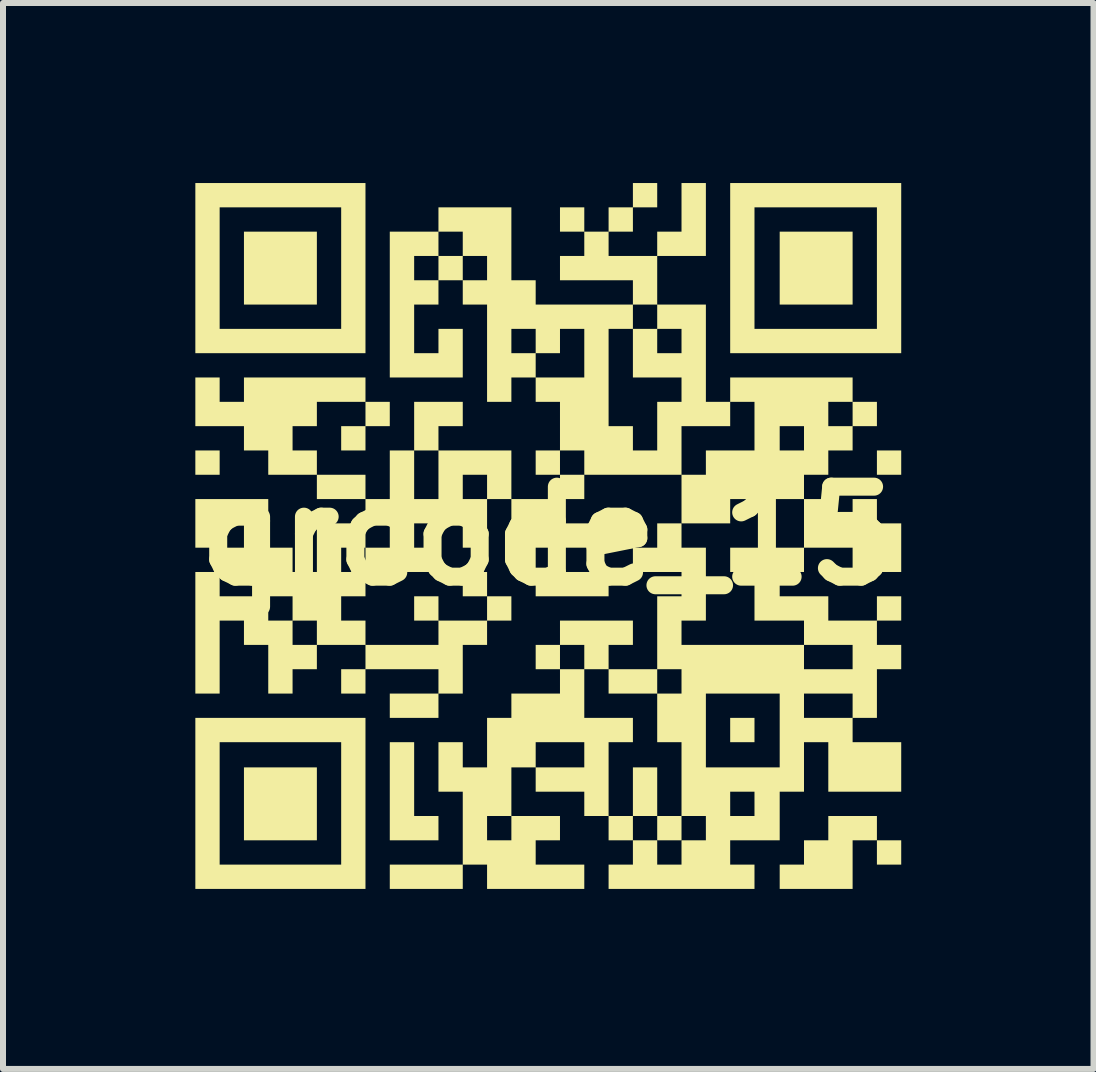
<source format=kicad_pcb>
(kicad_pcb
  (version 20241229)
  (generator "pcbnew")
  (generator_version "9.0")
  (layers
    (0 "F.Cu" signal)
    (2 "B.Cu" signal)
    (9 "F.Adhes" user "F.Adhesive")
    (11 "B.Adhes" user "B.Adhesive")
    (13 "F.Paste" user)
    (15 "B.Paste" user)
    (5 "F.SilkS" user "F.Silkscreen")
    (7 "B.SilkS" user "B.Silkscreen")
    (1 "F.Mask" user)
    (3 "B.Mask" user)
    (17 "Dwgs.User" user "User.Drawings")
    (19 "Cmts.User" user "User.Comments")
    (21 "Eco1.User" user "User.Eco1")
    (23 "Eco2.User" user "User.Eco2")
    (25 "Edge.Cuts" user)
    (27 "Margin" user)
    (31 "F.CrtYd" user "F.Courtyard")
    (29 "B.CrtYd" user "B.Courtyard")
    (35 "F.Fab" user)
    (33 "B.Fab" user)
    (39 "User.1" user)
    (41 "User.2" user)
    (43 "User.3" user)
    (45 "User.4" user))
  (footprint "qrcode_15"
    (layer "F.Cu")
    (at 6.086 5.881)
    (property "Reference" "qrcode_15" (at 0 0 0) (layer "F.SilkS") (effects (font (size 1.5 1.5) (thickness 0.3))))
    (attr board_only exclude_from_pos_files exclude_from_bom)
    (fp_poly (pts (xy -5.476 -1.223) (xy -5.476 -1.02) (xy -5.679 -1.02) (xy -5.881 -1.02) (xy -5.881 -1.223) (xy -5.881 -1.425) (xy -5.679 -1.425) (xy -5.476 -1.425)) (stroke (width 0) (type solid)) (fill yes) (layer "F.SilkS"))
    (fp_poly (pts (xy -3.856 -4.463) (xy -3.856 -3.856) (xy -4.463 -3.856) (xy -5.071 -3.856) (xy -5.071 -4.463) (xy -5.071 -5.071) (xy -4.463 -5.071) (xy -3.856 -5.071)) (stroke (width 0) (type solid)) (fill yes) (layer "F.SilkS"))
    (fp_poly (pts (xy -3.856 4.463) (xy -3.856 5.071) (xy -4.463 5.071) (xy -5.071 5.071) (xy -5.071 4.463) (xy -5.071 3.856) (xy -4.463 3.856) (xy -3.856 3.856)) (stroke (width 0) (type solid)) (fill yes) (layer "F.SilkS"))
    (fp_poly (pts (xy -1.02 0.803) (xy -1.02 1.005) (xy -1.223 1.005) (xy -1.425 1.005) (xy -1.425 0.803) (xy -1.425 0.6) (xy -1.223 0.6) (xy -1.02 0.6)) (stroke (width 0) (type solid)) (fill yes) (layer "F.SilkS"))
    (fp_poly (pts (xy 1.005 0.803) (xy 1.005 1.005) (xy 0.398 1.005) (xy -0.21 1.005) (xy -0.21 0.803) (xy -0.21 0.6) (xy 0.398 0.6) (xy 1.005 0.6)) (stroke (width 0) (type solid)) (fill yes) (layer "F.SilkS"))
    (fp_poly (pts (xy 1.41 4.868) (xy 1.41 5.071) (xy 1.208 5.071) (xy 1.005 5.071) (xy 1.005 4.868) (xy 1.005 4.666) (xy 1.208 4.666) (xy 1.41 4.666)) (stroke (width 0) (type solid)) (fill yes) (layer "F.SilkS"))
    (fp_poly (pts (xy 1.815 4.261) (xy 1.815 4.666) (xy 1.613 4.666) (xy 1.41 4.666) (xy 1.41 4.261) (xy 1.41 3.856) (xy 1.613 3.856) (xy 1.815 3.856)) (stroke (width 0) (type solid)) (fill yes) (layer "F.SilkS"))
    (fp_poly (pts (xy 2.22 4.868) (xy 2.22 5.071) (xy 2.018 5.071) (xy 1.815 5.071) (xy 1.815 4.868) (xy 1.815 4.666) (xy 2.018 4.666) (xy 2.22 4.666)) (stroke (width 0) (type solid)) (fill yes) (layer "F.SilkS"))
    (fp_poly (pts (xy 3.436 3.233) (xy 3.436 3.436) (xy 3.233 3.436) (xy 3.031 3.436) (xy 3.031 3.233) (xy 3.031 3.031) (xy 3.233 3.031) (xy 3.436 3.031)) (stroke (width 0) (type solid)) (fill yes) (layer "F.SilkS"))
    (fp_poly (pts (xy 5.071 -4.463) (xy 5.071 -3.856) (xy 4.463 -3.856) (xy 3.856 -3.856) (xy 3.856 -4.463) (xy 3.856 -5.071) (xy 4.463 -5.071) (xy 5.071 -5.071)) (stroke (width 0) (type solid)) (fill yes) (layer "F.SilkS"))
    (fp_poly (pts (xy 5.881 -1.223) (xy 5.881 -1.02) (xy 5.679 -1.02) (xy 5.476 -1.02) (xy 5.476 -1.223) (xy 5.476 -1.425) (xy 5.679 -1.425) (xy 5.881 -1.425)) (stroke (width 0) (type solid)) (fill yes) (layer "F.SilkS"))
    (fp_poly (pts (xy 5.881 5.274) (xy 5.881 5.476) (xy 5.679 5.476) (xy 5.476 5.476) (xy 5.476 5.274) (xy 5.476 5.071) (xy 5.679 5.071) (xy 5.881 5.071)) (stroke (width 0) (type solid)) (fill yes) (layer "F.SilkS"))
    (fp_poly (pts (xy -2.235 4.051) (xy -2.235 4.666) (xy -2.033 4.666) (xy -1.83 4.666) (xy -1.83 4.868) (xy -1.83 5.071) (xy -2.235 5.071) (xy -2.641 5.071) (xy -2.641 4.253) (xy -2.641 3.436) (xy -2.438 3.436) (xy -2.235 3.436)) (stroke (width 0) (type solid)) (fill yes) (layer "F.SilkS"))
    (fp_poly (pts (xy -2.641 -2.033) (xy -2.641 -1.83) (xy -2.843 -1.83) (xy -3.046 -1.83) (xy -3.046 -1.628) (xy -3.046 -1.425) (xy -3.248 -1.425) (xy -3.451 -1.425) (xy -3.451 -1.628) (xy -3.451 -1.83) (xy -3.248 -1.83) (xy -3.046 -1.83) (xy -3.046 -2.033) (xy -3.046 -2.235) (xy -2.843 -2.235) (xy -2.641 -2.235)) (stroke (width 0) (type solid)) (fill yes) (layer "F.SilkS"))
    (fp_poly (pts (xy -3.046 -4.463) (xy -3.046 -3.046) (xy -4.463 -3.046) (xy -5.881 -3.046) (xy -5.881 -4.463) (xy -5.476 -4.463) (xy -5.476 -3.451) (xy -4.463 -3.451) (xy -3.451 -3.451) (xy -3.451 -4.463) (xy -3.451 -5.476) (xy -4.463 -5.476) (xy -5.476 -5.476) (xy -5.476 -4.463) (xy -5.881 -4.463) (xy -5.881 -5.881) (xy -4.463 -5.881) (xy -3.046 -5.881)) (stroke (width 0) (type solid)) (fill yes) (layer "F.SilkS"))
    (fp_poly (pts (xy -3.046 4.456) (xy -3.046 5.881) (xy -4.463 5.881) (xy -5.881 5.881) (xy -5.881 4.456) (xy -5.476 4.456) (xy -5.476 5.476) (xy -4.463 5.476) (xy -3.451 5.476) (xy -3.451 4.456) (xy -3.451 3.436) (xy -4.463 3.436) (xy -5.476 3.436) (xy -5.476 4.456) (xy -5.881 4.456) (xy -5.881 3.031) (xy -4.463 3.031) (xy -3.046 3.031)) (stroke (width 0) (type solid)) (fill yes) (layer "F.SilkS"))
    (fp_poly (pts (xy 5.881 -4.463) (xy 5.881 -3.046) (xy 4.456 -3.046) (xy 3.031 -3.046) (xy 3.031 -4.463) (xy 3.436 -4.463) (xy 3.436 -3.451) (xy 4.456 -3.451) (xy 5.476 -3.451) (xy 5.476 -4.463) (xy 5.476 -5.476) (xy 4.456 -5.476) (xy 3.436 -5.476) (xy 3.436 -4.463) (xy 3.031 -4.463) (xy 3.031 -5.881) (xy 4.456 -5.881) (xy 5.881 -5.881)) (stroke (width 0) (type solid)) (fill yes) (layer "F.SilkS"))
    (fp_poly (pts (xy 5.476 4.868) (xy 5.476 5.071) (xy 5.274 5.071) (xy 5.071 5.071) (xy 5.071 5.476) (xy 5.071 5.881) (xy 4.463 5.881) (xy 3.856 5.881) (xy 3.856 5.679) (xy 3.856 5.476) (xy 4.058 5.476) (xy 4.261 5.476) (xy 4.261 5.274) (xy 4.261 5.071) (xy 4.463 5.071) (xy 4.666 5.071) (xy 4.666 4.868) (xy 4.666 4.666) (xy 5.071 4.666) (xy 5.476 4.666)) (stroke (width 0) (type solid)) (fill yes) (layer "F.SilkS"))
    (fp_poly (pts (xy -5.476 -2.438) (xy -5.476 -2.235) (xy -5.274 -2.235) (xy -5.071 -2.235) (xy -5.071 -2.438) (xy -5.071 -2.641) (xy -4.058 -2.641) (xy -3.046 -2.641) (xy -3.046 -2.438) (xy -3.046 -2.235) (xy -3.451 -2.235) (xy -3.856 -2.235) (xy -3.856 -2.033) (xy -3.856 -1.83) (xy -4.058 -1.83) (xy -4.261 -1.83) (xy -4.261 -1.628) (xy -4.261 -1.425) (xy -4.058 -1.425) (xy -3.856 -1.425) (xy -3.856 -1.223) (xy -3.856 -1.02) (xy -4.261 -1.02) (xy -4.666 -1.02) (xy -4.666 -1.223) (xy -4.666 -1.425) (xy -4.868 -1.425) (xy -5.071 -1.425) (xy -5.071 -1.628) (xy -5.071 -1.83) (xy -5.476 -1.83) (xy -5.881 -1.83) (xy -5.881 -2.235) (xy -5.881 -2.641) (xy -5.679 -2.641) (xy -5.476 -2.641)) (stroke (width 0) (type solid)) (fill yes) (layer "F.SilkS"))
    (fp_poly (pts (xy 1.815 -5.679) (xy 1.815 -5.476) (xy 1.613 -5.476) (xy 1.41 -5.476) (xy 1.41 -5.274) (xy 1.41 -5.071) (xy 1.208 -5.071) (xy 1.005 -5.071) (xy 1.005 -4.868) (xy 1.005 -4.666) (xy 1.41 -4.666) (xy 1.815 -4.666) (xy 1.815 -4.868) (xy 1.815 -5.071) (xy 2.018 -5.071) (xy 2.22 -5.071) (xy 2.22 -5.476) (xy 2.22 -5.881) (xy 2.423 -5.881) (xy 2.626 -5.881) (xy 2.626 -5.274) (xy 2.626 -4.666) (xy 2.22 -4.666) (xy 1.815 -4.666) (xy 1.815 -4.261) (xy 1.815 -3.856) (xy 1.613 -3.856) (xy 1.41 -3.856) (xy 1.41 -3.653) (xy 1.41 -3.451) (xy 1.208 -3.451) (xy 1.005 -3.451) (xy 1.005 -2.641) (xy 1.005 -1.83) (xy 1.208 -1.83) (xy 1.41 -1.83) (xy 1.41 -1.628) (xy 1.41 -1.425) (xy 1.613 -1.425) (xy 1.815 -1.425) (xy 1.815 -1.83) (xy 1.815 -2.235) (xy 2.018 -2.235) (xy 2.22 -2.235) (xy 2.22 -2.438) (xy 2.22 -2.641) (xy 1.815 -2.641) (xy 1.41 -2.641) (xy 1.41 -3.046) (xy 1.41 -3.248) (xy 1.815 -3.248) (xy 1.815 -3.046) (xy 2.018 -3.046) (xy 2.22 -3.046) (xy 2.22 -3.248) (xy 2.22 -3.451) (xy 2.018 -3.451) (xy 1.815 -3.451) (xy 1.815 -3.248) (xy 1.41 -3.248) (xy 1.41 -3.451) (xy 1.613 -3.451) (xy 1.815 -3.451) (xy 1.815 -3.653) (xy 1.815 -3.856) (xy 2.22 -3.856) (xy 2.626 -3.856) (xy 2.626 -3.046) (xy 2.626 -2.235) (xy 2.828 -2.235) (xy 3.031 -2.235) (xy 3.031 -2.438) (xy 3.031 -2.641) (xy 4.051 -2.641) (xy 5.071 -2.641) (xy 5.071 -2.438) (xy 5.071 -2.235) (xy 4.868 -2.235) (xy 4.666 -2.235) (xy 4.666 -2.033) (xy 4.666 -1.83) (xy 4.868 -1.83) (xy 5.071 -1.83) (xy 5.071 -2.033) (xy 5.071 -2.235) (xy 5.274 -2.235) (xy 5.476 -2.235) (xy 5.476 -2.033) (xy 5.476 -1.83) (xy 5.274 -1.83) (xy 5.071 -1.83) (xy 5.071 -1.628) (xy 5.071 -1.425) (xy 4.868 -1.425) (xy 4.666 -1.425) (xy 4.666 -1.223) (xy 4.666 -1.02) (xy 4.463 -1.02) (xy 4.261 -1.02) (xy 4.261 -0.818) (xy 4.261 -0.615) (xy 3.646 -0.615) (xy 3.031 -0.615) (xy 3.031 -0.413) (xy 3.031 -0.21) (xy 2.626 -0.21) (xy 2.22 -0.21) (xy 2.22 -0.615) (xy 2.22 -1.02) (xy 2.423 -1.02) (xy 2.626 -1.02) (xy 2.626 -1.223) (xy 2.626 -1.425) (xy 3.031 -1.425) (xy 3.436 -1.425) (xy 3.436 -1.628) (xy 3.856 -1.628) (xy 3.856 -1.425) (xy 4.058 -1.425) (xy 4.261 -1.425) (xy 4.261 -1.628) (xy 4.261 -1.83) (xy 4.058 -1.83) (xy 3.856 -1.83) (xy 3.856 -1.628) (xy 3.436 -1.628) (xy 3.436 -1.83) (xy 3.436 -2.235) (xy 3.233 -2.235) (xy 3.031 -2.235) (xy 3.031 -2.033) (xy 3.031 -1.83) (xy 2.626 -1.83) (xy 2.22 -1.83) (xy 2.22 -1.425) (xy 2.22 -1.02) (xy 1.41 -1.02) (xy 0.6 -1.02) (xy 0.6 -1.223) (xy 0.6 -1.425) (xy 0.398 -1.425) (xy 0.195 -1.425) (xy 0.195 -1.223) (xy 0.195 -1.02) (xy -0.008 -1.02) (xy -0.21 -1.02) (xy -0.21 -1.223) (xy -0.21 -1.425) (xy -0.008 -1.425) (xy 0.195 -1.425) (xy 0.195 -1.83) (xy 0.195 -2.235) (xy -0.008 -2.235) (xy -0.21 -2.235) (xy -0.21 -2.438) (xy -0.21 -2.641) (xy -0.413 -2.641) (xy -0.615 -2.641) (xy -0.615 -2.438) (xy -0.615 -2.235) (xy -0.818 -2.235) (xy -1.02 -2.235) (xy -1.02 -3.046) (xy -1.02 -3.248) (xy -0.615 -3.248) (xy -0.615 -3.046) (xy -0.413 -3.046) (xy -0.21 -3.046) (xy -0.21 -2.843) (xy -0.21 -2.641) (xy 0.195 -2.641) (xy 0.6 -2.641) (xy 0.6 -3.046) (xy 0.6 -3.451) (xy 0.398 -3.451) (xy 0.195 -3.451) (xy 0.195 -3.248) (xy 0.195 -3.046) (xy -0.008 -3.046) (xy -0.21 -3.046) (xy -0.21 -3.248) (xy -0.21 -3.451) (xy -0.413 -3.451) (xy -0.615 -3.451) (xy -0.615 -3.248) (xy -1.02 -3.248) (xy -1.02 -3.856) (xy -1.223 -3.856) (xy -1.425 -3.856) (xy -1.425 -4.058) (xy -1.425 -4.261) (xy -1.628 -4.261) (xy -1.83 -4.261) (xy -1.83 -4.058) (xy -1.83 -3.856) (xy -2.033 -3.856) (xy -2.235 -3.856) (xy -2.235 -3.451) (xy -2.235 -3.046) (xy -2.033 -3.046) (xy -1.83 -3.046) (xy -1.83 -3.248) (xy -1.83 -3.451) (xy -1.628 -3.451) (xy -1.425 -3.451) (xy -1.425 -3.046) (xy -1.425 -2.641) (xy -2.033 -2.641) (xy -2.641 -2.641) (xy -2.641 -3.856) (xy -2.641 -4.666) (xy -2.235 -4.666) (xy -2.235 -4.463) (xy -2.235 -4.261) (xy -2.033 -4.261) (xy -1.83 -4.261) (xy -1.83 -4.463) (xy -1.425 -4.463) (xy -1.425 -4.261) (xy -1.223 -4.261) (xy -1.02 -4.261) (xy -1.02 -4.463) (xy -1.02 -4.666) (xy -1.223 -4.666) (xy -1.425 -4.666) (xy -1.425 -4.463) (xy -1.83 -4.463) (xy -1.83 -4.666) (xy -1.628 -4.666) (xy -1.425 -4.666) (xy -1.425 -4.868) (xy -1.425 -5.071) (xy -1.628 -5.071) (xy -1.83 -5.071) (xy -1.83 -4.868) (xy -1.83 -4.666) (xy -2.033 -4.666) (xy -2.235 -4.666) (xy -2.641 -4.666) (xy -2.641 -5.071) (xy -2.235 -5.071) (xy -1.83 -5.071) (xy -1.83 -5.274) (xy -1.83 -5.476) (xy -1.223 -5.476) (xy -0.615 -5.476) (xy -0.615 -4.868) (xy -0.615 -4.261) (xy -0.413 -4.261) (xy -0.21 -4.261) (xy -0.21 -4.058) (xy -0.21 -3.856) (xy 0.6 -3.856) (xy 1.41 -3.856) (xy 1.41 -4.058) (xy 1.41 -4.261) (xy 0.803 -4.261) (xy 0.195 -4.261) (xy 0.195 -4.463) (xy 0.195 -4.666) (xy 0.398 -4.666) (xy 0.6 -4.666) (xy 0.6 -4.868) (xy 0.6 -5.071) (xy 0.398 -5.071) (xy 0.195 -5.071) (xy 0.195 -5.274) (xy 0.195 -5.476) (xy 0.398 -5.476) (xy 0.6 -5.476) (xy 0.6 -5.274) (xy 0.6 -5.071) (xy 0.803 -5.071) (xy 1.005 -5.071) (xy 1.005 -5.274) (xy 1.005 -5.476) (xy 1.208 -5.476) (xy 1.41 -5.476) (xy 1.41 -5.679) (xy 1.41 -5.881) (xy 1.613 -5.881) (xy 1.815 -5.881)) (stroke (width 0) (type solid)) (fill yes) (layer "F.SilkS"))
    (fp_poly (pts (xy -1.425 -2.033) (xy -1.425 -1.83) (xy -1.628 -1.83) (xy -1.83 -1.83) (xy -1.83 -1.628) (xy -1.83 -1.425) (xy -2.033 -1.425) (xy -2.235 -1.425) (xy -2.235 -1.02) (xy -2.235 -0.615) (xy -2.033 -0.615) (xy -1.83 -0.615) (xy -1.83 -0.818) (xy -1.425 -0.818) (xy -1.425 -0.615) (xy -1.223 -0.615) (xy -1.02 -0.615) (xy -1.02 -0.818) (xy -1.02 -1.02) (xy -1.223 -1.02) (xy -1.425 -1.02) (xy -1.425 -0.818) (xy -1.83 -0.818) (xy -1.83 -1.02) (xy -1.83 -1.425) (xy -1.223 -1.425) (xy -0.615 -1.425) (xy -0.615 -1.02) (xy -0.615 -0.615) (xy -0.21 -0.615) (xy 0.195 -0.615) (xy 0.195 -0.818) (xy 0.195 -1.02) (xy 0.398 -1.02) (xy 0.6 -1.02) (xy 0.6 -0.818) (xy 0.6 -0.615) (xy 0.398 -0.615) (xy 0.195 -0.615) (xy 0.195 -0.413) (xy 0.195 -0.21) (xy 0.803 -0.21) (xy 1.41 -0.21) (xy 1.41 -0.008) (xy 1.41 0.195) (xy 1.613 0.195) (xy 1.815 0.195) (xy 1.815 -0.008) (xy 1.815 -0.21) (xy 2.018 -0.21) (xy 2.22 -0.21) (xy 2.22 -0.008) (xy 2.22 0.195) (xy 2.423 0.195) (xy 2.626 0.195) (xy 2.626 0.803) (xy 2.626 1.41) (xy 2.423 1.41) (xy 2.22 1.41) (xy 2.22 1.613) (xy 2.22 1.815) (xy 3.241 1.815) (xy 4.261 1.815) (xy 4.261 1.613) (xy 4.261 1.41) (xy 3.848 1.41) (xy 3.436 1.41) (xy 3.436 1.005) (xy 3.436 0.6) (xy 3.233 0.6) (xy 3.031 0.6) (xy 3.031 0.398) (xy 3.031 0.195) (xy 3.646 0.195) (xy 4.261 0.195) (xy 4.261 -0.21) (xy 4.261 -0.615) (xy 4.463 -0.615) (xy 4.666 -0.615) (xy 4.666 -0.413) (xy 4.666 -0.21) (xy 4.868 -0.21) (xy 5.071 -0.21) (xy 5.071 -0.413) (xy 5.071 -0.615) (xy 5.274 -0.615) (xy 5.476 -0.615) (xy 5.476 -0.413) (xy 5.476 -0.21) (xy 5.679 -0.21) (xy 5.881 -0.21) (xy 5.881 0.195) (xy 5.881 0.6) (xy 5.476 0.6) (xy 5.071 0.6) (xy 5.071 0.398) (xy 5.071 0.195) (xy 4.666 0.195) (xy 4.261 0.195) (xy 4.261 0.398) (xy 4.261 0.6) (xy 4.058 0.6) (xy 3.856 0.6) (xy 3.856 0.803) (xy 3.856 1.005) (xy 4.261 1.005) (xy 4.666 1.005) (xy 4.666 1.208) (xy 4.666 1.41) (xy 5.071 1.41) (xy 5.476 1.41) (xy 5.476 1.208) (xy 5.476 1.005) (xy 5.679 1.005) (xy 5.881 1.005) (xy 5.881 1.208) (xy 5.881 1.41) (xy 5.679 1.41) (xy 5.476 1.41) (xy 5.476 1.613) (xy 5.476 1.815) (xy 5.679 1.815) (xy 5.881 1.815) (xy 5.881 2.018) (xy 5.881 2.22) (xy 5.679 2.22) (xy 5.476 2.22) (xy 5.476 2.626) (xy 5.476 3.031) (xy 5.274 3.031) (xy 5.071 3.031) (xy 5.071 3.233) (xy 5.071 3.436) (xy 5.476 3.436) (xy 5.881 3.436) (xy 5.881 3.848) (xy 5.881 4.261) (xy 5.274 4.261) (xy 4.666 4.261) (xy 4.666 3.848) (xy 4.666 3.436) (xy 4.463 3.436) (xy 4.261 3.436) (xy 4.261 3.848) (xy 4.261 4.261) (xy 4.058 4.261) (xy 3.856 4.261) (xy 3.856 4.666) (xy 3.856 5.071) (xy 3.443 5.071) (xy 3.031 5.071) (xy 3.031 5.274) (xy 3.031 5.476) (xy 3.233 5.476) (xy 3.436 5.476) (xy 3.436 5.679) (xy 3.436 5.881) (xy 2.22 5.881) (xy 1.005 5.881) (xy 1.005 5.679) (xy 1.005 5.476) (xy 1.208 5.476) (xy 1.41 5.476) (xy 1.41 5.274) (xy 1.41 5.071) (xy 1.613 5.071) (xy 1.815 5.071) (xy 1.815 5.274) (xy 1.815 5.476) (xy 2.018 5.476) (xy 2.22 5.476) (xy 2.22 5.274) (xy 2.22 5.071) (xy 2.423 5.071) (xy 2.626 5.071) (xy 2.626 4.868) (xy 2.626 4.666) (xy 2.423 4.666) (xy 2.22 4.666) (xy 2.22 4.463) (xy 3.031 4.463) (xy 3.031 4.666) (xy 3.233 4.666) (xy 3.436 4.666) (xy 3.436 4.463) (xy 3.436 4.261) (xy 3.233 4.261) (xy 3.031 4.261) (xy 3.031 4.463) (xy 2.22 4.463) (xy 2.22 4.051) (xy 2.22 3.436) (xy 2.018 3.436) (xy 1.815 3.436) (xy 1.815 3.241) (xy 2.626 3.241) (xy 2.626 3.856) (xy 3.241 3.856) (xy 3.856 3.856) (xy 3.856 3.241) (xy 3.856 2.828) (xy 4.261 2.828) (xy 4.261 3.031) (xy 4.666 3.031) (xy 5.071 3.031) (xy 5.071 2.828) (xy 5.071 2.626) (xy 4.666 2.626) (xy 4.261 2.626) (xy 4.261 2.828) (xy 3.856 2.828) (xy 3.856 2.626) (xy 3.241 2.626) (xy 2.626 2.626) (xy 2.626 3.241) (xy 1.815 3.241) (xy 1.815 3.031) (xy 1.815 2.626) (xy 2.018 2.626) (xy 2.22 2.626) (xy 2.22 2.423) (xy 2.22 2.22) (xy 2.018 2.22) (xy 1.815 2.22) (xy 1.815 2.423) (xy 1.815 2.626) (xy 1.41 2.626) (xy 1.005 2.626) (xy 1.005 2.423) (xy 1.005 2.22) (xy 0.803 2.22) (xy 0.6 2.22) (xy 0.6 2.626) (xy 0.6 3.031) (xy 1.005 3.031) (xy 1.41 3.031) (xy 1.41 3.233) (xy 1.41 3.436) (xy 1.208 3.436) (xy 1.005 3.436) (xy 1.005 4.051) (xy 1.005 4.666) (xy 0.803 4.666) (xy 0.6 4.666) (xy 0.6 4.463) (xy 0.6 4.261) (xy 0.195 4.261) (xy -0.21 4.261) (xy -0.21 4.058) (xy -0.21 3.856) (xy -0.413 3.856) (xy -0.615 3.856) (xy -0.615 4.261) (xy -0.615 4.666) (xy -0.818 4.666) (xy -1.02 4.666) (xy -1.02 4.868) (xy -1.02 5.071) (xy -0.818 5.071) (xy -0.615 5.071) (xy -0.615 4.868) (xy -0.615 4.666) (xy -0.21 4.666) (xy 0.195 4.666) (xy 0.195 4.868) (xy 0.195 5.071) (xy -0.008 5.071) (xy -0.21 5.071) (xy -0.21 5.274) (xy -0.21 5.476) (xy 0.195 5.476) (xy 0.6 5.476) (xy 0.6 5.679) (xy 0.6 5.881) (xy -0.21 5.881) (xy -1.02 5.881) (xy -1.02 5.679) (xy -1.02 5.476) (xy -1.223 5.476) (xy -1.425 5.476) (xy -1.425 5.679) (xy -1.425 5.881) (xy -2.033 5.881) (xy -2.641 5.881) (xy -2.641 5.679) (xy -2.641 5.476) (xy -2.033 5.476) (xy -1.425 5.476) (xy -1.425 4.868) (xy -1.425 4.261) (xy -1.628 4.261) (xy -1.83 4.261) (xy -1.83 3.848) (xy -1.83 3.436) (xy -1.628 3.436) (xy -1.425 3.436) (xy -1.425 3.646) (xy -1.425 3.856) (xy -1.223 3.856) (xy -1.02 3.856) (xy -1.02 3.646) (xy -0.21 3.646) (xy -0.21 3.856) (xy 0.195 3.856) (xy 0.6 3.856) (xy 0.6 3.646) (xy 0.6 3.436) (xy 0.195 3.436) (xy -0.21 3.436) (xy -0.21 3.646) (xy -1.02 3.646) (xy -1.02 3.443) (xy -1.02 3.031) (xy -0.818 3.031) (xy -0.615 3.031) (xy -0.615 2.828) (xy -0.615 2.626) (xy -0.21 2.626) (xy 0.195 2.626) (xy 0.195 2.423) (xy 0.195 2.22) (xy -0.008 2.22) (xy -0.21 2.22) (xy -0.21 2.018) (xy 0.195 2.018) (xy 0.195 2.22) (xy 0.398 2.22) (xy 0.6 2.22) (xy 0.6 2.018) (xy 0.6 1.815) (xy 0.398 1.815) (xy 0.195 1.815) (xy 0.195 2.018) (xy -0.21 2.018) (xy -0.21 1.815) (xy -0.008 1.815) (xy 0.195 1.815) (xy 0.195 1.613) (xy 0.195 1.41) (xy 0.803 1.41) (xy 1.41 1.41) (xy 1.41 1.613) (xy 1.41 1.815) (xy 1.208 1.815) (xy 1.005 1.815) (xy 1.005 2.018) (xy 1.005 2.22) (xy 1.41 2.22) (xy 1.815 2.22) (xy 1.815 2.018) (xy 4.261 2.018) (xy 4.261 2.22) (xy 4.666 2.22) (xy 5.071 2.22) (xy 5.071 2.018) (xy 5.071 1.815) (xy 4.666 1.815) (xy 4.261 1.815) (xy 4.261 2.018) (xy 1.815 2.018) (xy 1.815 1.613) (xy 1.815 1.005) (xy 2.018 1.005) (xy 2.22 1.005) (xy 2.22 0.803) (xy 2.22 0.6) (xy 1.815 0.6) (xy 1.41 0.6) (xy 1.41 0.398) (xy 1.41 0.195) (xy 0.6 0.195) (xy -0.21 0.195) (xy -0.21 0.398) (xy -0.21 0.6) (xy -0.413 0.6) (xy -0.615 0.6) (xy -0.615 -0.008) (xy -0.615 -0.615) (xy -0.818 -0.615) (xy -1.02 -0.615) (xy -1.02 -0.21) (xy -1.02 0.195) (xy -1.223 0.195) (xy -1.425 0.195) (xy -1.425 -0.008) (xy -1.425 -0.21) (xy -1.83 -0.21) (xy -2.235 -0.21) (xy -2.235 -0.008) (xy -2.235 0.195) (xy -2.033 0.195) (xy -1.83 0.195) (xy -1.83 0.398) (xy -1.83 0.6) (xy -2.438 0.6) (xy -3.046 0.6) (xy -3.046 0.803) (xy -3.046 1.005) (xy -3.248 1.005) (xy -3.451 1.005) (xy -3.451 1.208) (xy -3.451 1.41) (xy -3.248 1.41) (xy -3.046 1.41) (xy -3.046 1.613) (xy -3.046 1.815) (xy -2.438 1.815) (xy -1.83 1.815) (xy -1.83 1.613) (xy -1.83 1.41) (xy -2.033 1.41) (xy -2.235 1.41) (xy -2.235 1.208) (xy -2.235 1.005) (xy -2.033 1.005) (xy -1.83 1.005) (xy -1.83 1.208) (xy -1.83 1.41) (xy -1.425 1.41) (xy -1.02 1.41) (xy -1.02 1.208) (xy -1.02 1.005) (xy -0.818 1.005) (xy -0.615 1.005) (xy -0.615 1.208) (xy -0.615 1.41) (xy -0.818 1.41) (xy -1.02 1.41) (xy -1.02 1.613) (xy -1.02 1.815) (xy -1.223 1.815) (xy -1.425 1.815) (xy -1.425 2.22) (xy -1.425 2.626) (xy -1.628 2.626) (xy -1.83 2.626) (xy -1.83 2.828) (xy -1.83 3.031) (xy -2.235 3.031) (xy -2.641 3.031) (xy -2.641 2.828) (xy -2.641 2.626) (xy -2.235 2.626) (xy -1.83 2.626) (xy -1.83 2.423) (xy -1.83 2.22) (xy -2.438 2.22) (xy -3.046 2.22) (xy -3.046 2.423) (xy -3.046 2.626) (xy -3.248 2.626) (xy -3.451 2.626) (xy -3.451 2.423) (xy -3.451 2.22) (xy -3.248 2.22) (xy -3.046 2.22) (xy -3.046 2.018) (xy -3.046 1.815) (xy -3.451 1.815) (xy -3.856 1.815) (xy -3.856 2.018) (xy -3.856 2.22) (xy -4.058 2.22) (xy -4.261 2.22) (xy -4.261 2.423) (xy -4.261 2.626) (xy -4.463 2.626) (xy -4.666 2.626) (xy -4.666 2.22) (xy -4.666 1.815) (xy -4.868 1.815) (xy -5.071 1.815) (xy -5.071 1.613) (xy -4.261 1.613) (xy -4.261 1.815) (xy -4.058 1.815) (xy -3.856 1.815) (xy -3.856 1.613) (xy -3.856 1.41) (xy -4.058 1.41) (xy -4.261 1.41) (xy -4.261 1.613) (xy -5.071 1.613) (xy -5.071 1.41) (xy -5.274 1.41) (xy -5.476 1.41) (xy -5.476 2.018) (xy -5.476 2.626) (xy -5.679 2.626) (xy -5.881 2.626) (xy -5.881 1.613) (xy -5.881 1.208) (xy -4.666 1.208) (xy -4.666 1.41) (xy -4.463 1.41) (xy -4.261 1.41) (xy -4.261 1.208) (xy -4.261 1.005) (xy -4.463 1.005) (xy -4.666 1.005) (xy -4.666 1.208) (xy -5.881 1.208) (xy -5.881 0.803) (xy -5.476 0.803) (xy -5.476 1.005) (xy -5.071 1.005) (xy -4.666 1.005) (xy -4.666 0.803) (xy -4.666 0.6) (xy -5.071 0.6) (xy -5.476 0.6) (xy -5.476 0.803) (xy -5.881 0.803) (xy -5.881 0.6) (xy -5.679 0.6) (xy -5.476 0.6) (xy -5.476 0.398) (xy -5.476 0.195) (xy -5.679 0.195) (xy -5.881 0.195) (xy -5.881 -0.008) (xy -5.476 -0.008) (xy -5.476 0.195) (xy -5.274 0.195) (xy -5.071 0.195) (xy -5.071 -0.008) (xy -5.071 -0.21) (xy -5.274 -0.21) (xy -5.476 -0.21) (xy -5.476 -0.008) (xy -5.881 -0.008) (xy -5.881 -0.21) (xy -5.881 -0.615) (xy -5.274 -0.615) (xy -4.666 -0.615) (xy -4.666 -0.21) (xy -4.666 0.195) (xy -4.463 0.195) (xy -4.261 0.195) (xy -4.261 0.398) (xy -4.261 0.6) (xy -4.058 0.6) (xy -3.856 0.6) (xy -3.856 0.195) (xy -3.451 0.195) (xy -3.451 0.398) (xy -3.451 0.6) (xy -3.248 0.6) (xy -3.046 0.6) (xy -3.046 0.398) (xy -3.046 0.195) (xy -2.843 0.195) (xy -2.641 0.195) (xy -2.641 -0.008) (xy -2.641 -0.21) (xy -2.843 -0.21) (xy -3.046 -0.21) (xy -3.046 -0.008) (xy -3.046 0.195) (xy -3.248 0.195) (xy -3.451 0.195) (xy -3.856 0.195) (xy -3.856 -0.21) (xy -3.451 -0.21) (xy -3.046 -0.21) (xy -3.046 -0.413) (xy -3.046 -0.615) (xy -3.451 -0.615) (xy -3.856 -0.615) (xy -3.856 -0.818) (xy -3.856 -1.02) (xy -3.451 -1.02) (xy -3.046 -1.02) (xy -3.046 -0.818) (xy -3.046 -0.615) (xy -2.843 -0.615) (xy -2.641 -0.615) (xy -2.641 -1.02) (xy -2.641 -1.425) (xy -2.438 -1.425) (xy -2.235 -1.425) (xy -2.235 -1.83) (xy -2.235 -2.235) (xy -1.83 -2.235) (xy -1.425 -2.235)) (stroke (width 0) (type solid)) (fill yes) (layer "F.SilkS")))
  (gr_rect
    (start -3 -3)
    (end 15.171 14.762)
    (stroke (width 0.1) (type default))
    (fill no)
    (layer "Edge.Cuts")))
</source>
